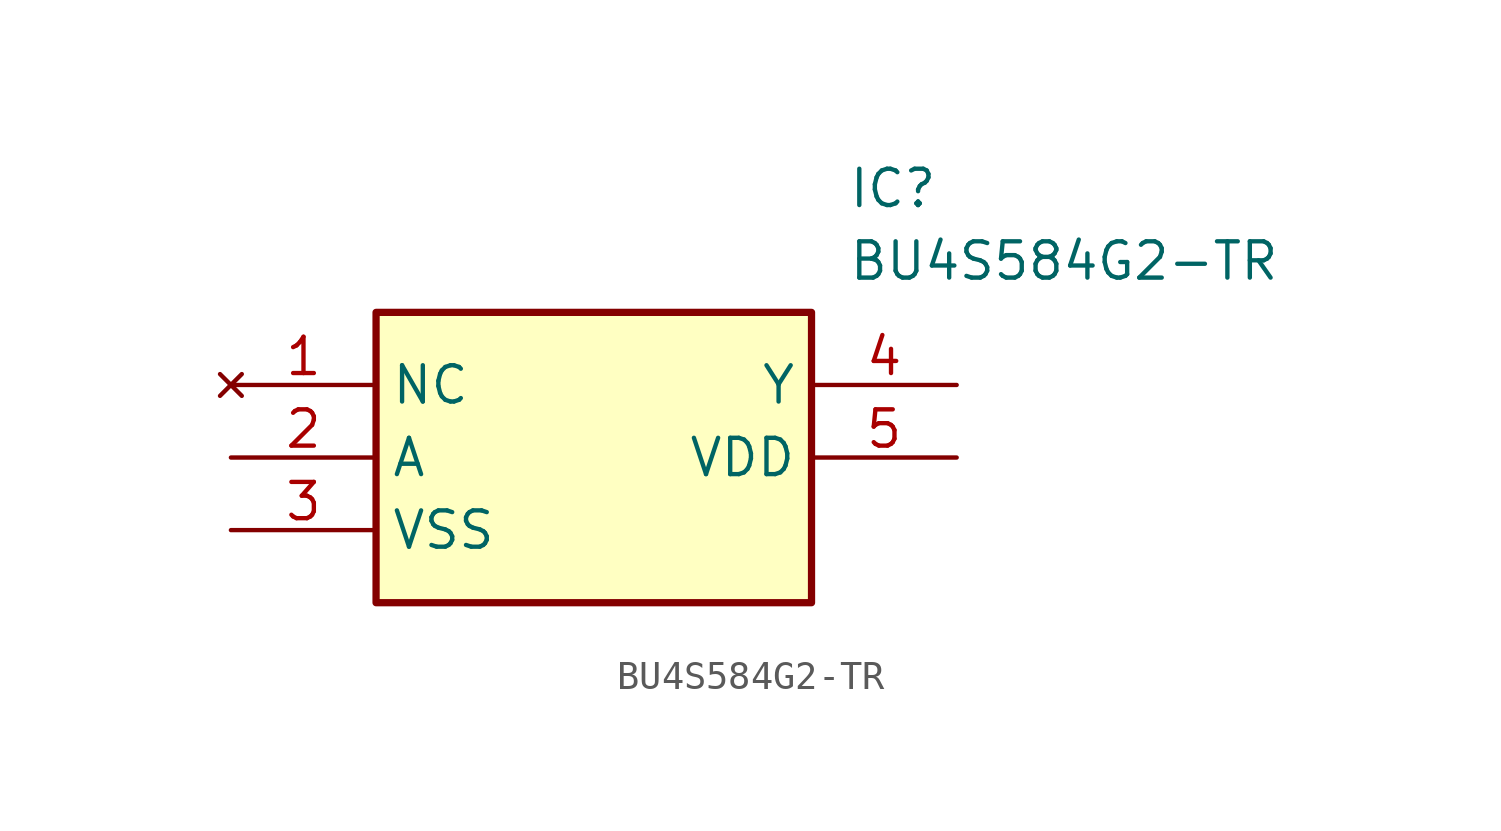
<source format=kicad_sym>
(kicad_symbol_lib
  (version 20220914)
  (generator kicad_symbol_editor)
  (symbol "BU4S584G2-TR"
    (property "Reference" "IC"
      (at 21.59 7.62 0)
      (effects (font (size 1.27 1.27)) (justify left top)))
    (property "Value" "BU4S584G2-TR"
      (at 21.59 5.08 0)
      (effects (font (size 1.27 1.27)) (justify left top)))
    (symbol "BU4S584G2-TR_1_1"
      (rectangle (start 5.08 2.54) (end 20.32 -7.62) (stroke (width 0.254) (type default)) (fill (type background)))
      (pin no_connect line (at 0 0 0) (length 5.08) (name "NC" (effects (font (size 1.27 1.27)))) (number "1" (effects (font (size 1.27 1.27)))))
      (pin passive line (at 0 -2.54 0) (length 5.08) (name "A" (effects (font (size 1.27 1.27)))) (number "2" (effects (font (size 1.27 1.27)))))
      (pin passive line (at 0 -5.08 0) (length 5.08) (name "VSS" (effects (font (size 1.27 1.27)))) (number "3" (effects (font (size 1.27 1.27)))))
      (pin passive line (at 25.4 0 180) (length 5.08) (name "Y" (effects (font (size 1.27 1.27)))) (number "4" (effects (font (size 1.27 1.27)))))
      (pin passive line (at 25.4 -2.54 180) (length 5.08) (name "VDD" (effects (font (size 1.27 1.27)))) (number "5" (effects (font (size 1.27 1.27))))))))
</source>
